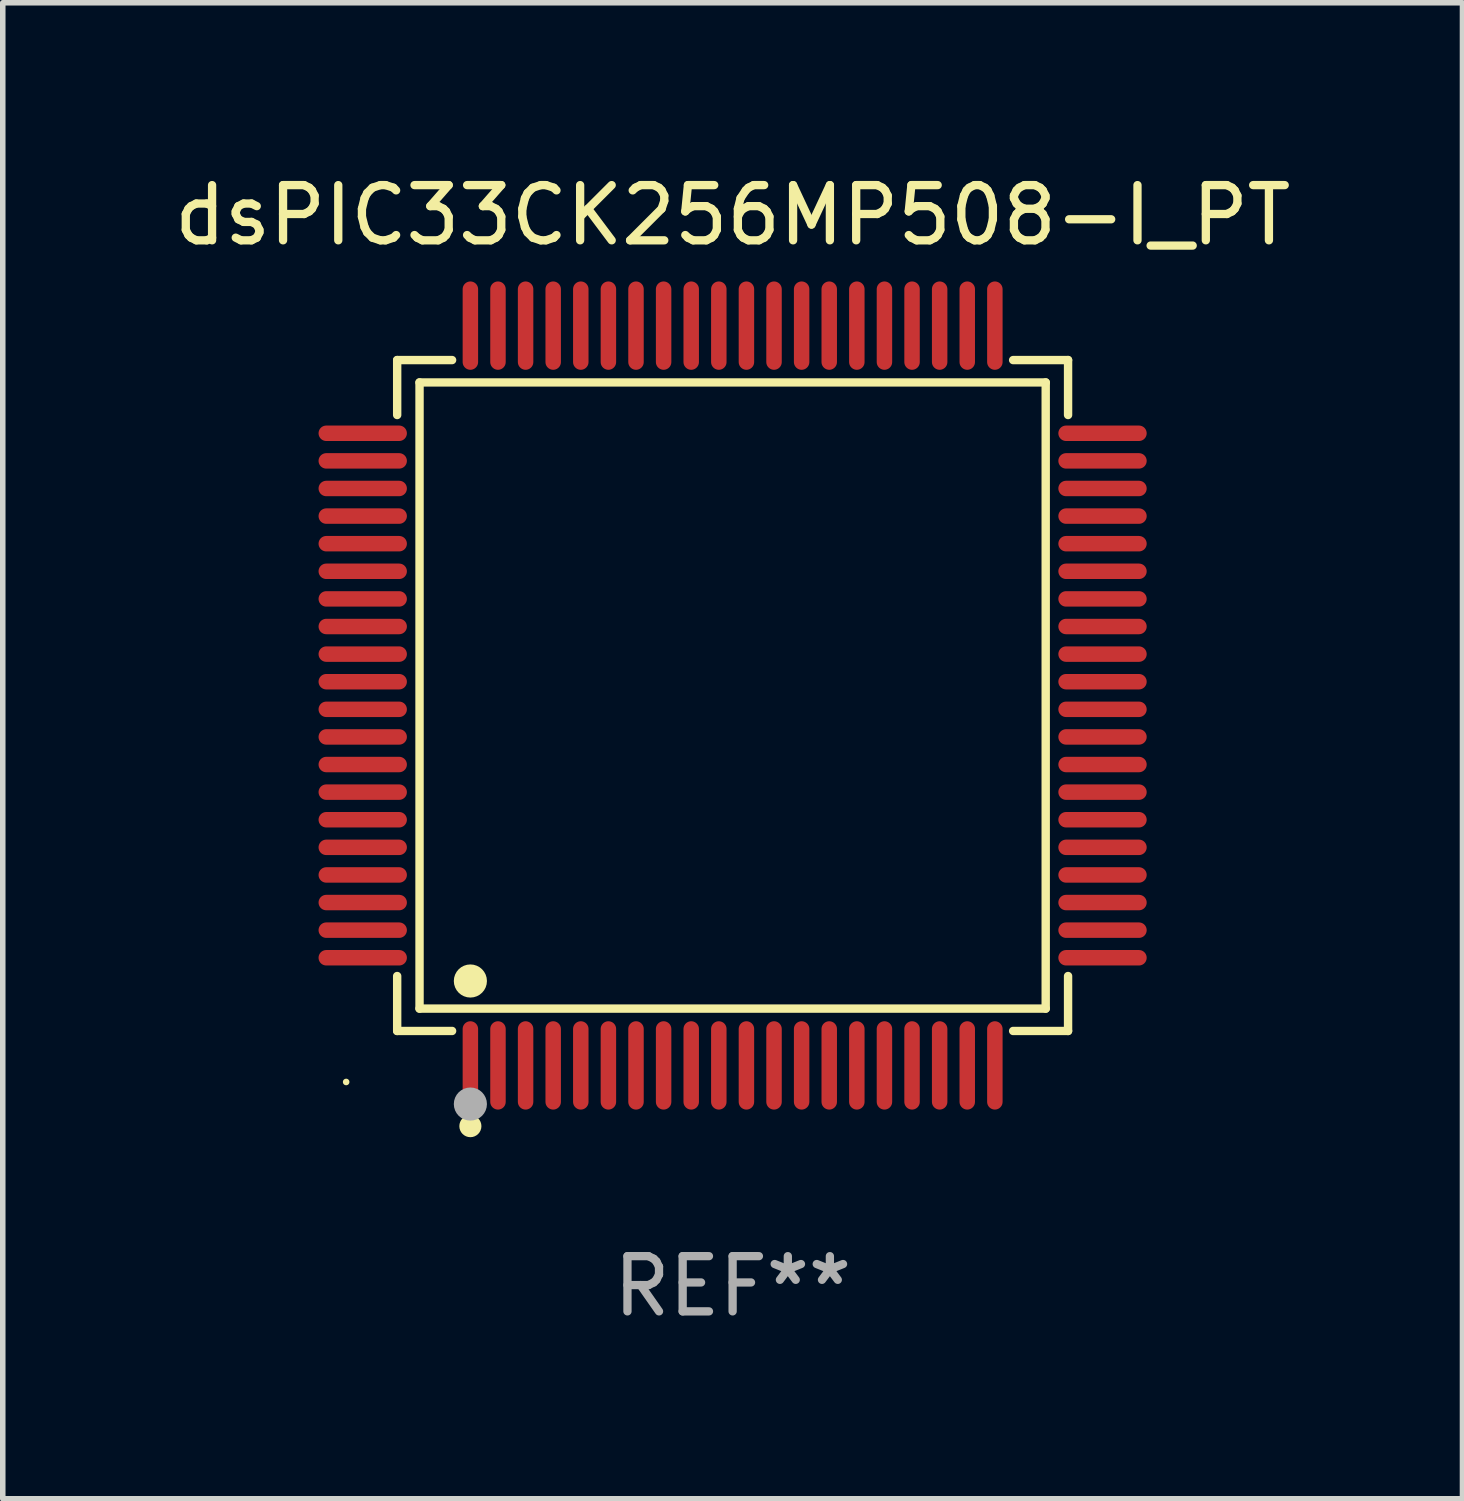
<source format=kicad_pcb>
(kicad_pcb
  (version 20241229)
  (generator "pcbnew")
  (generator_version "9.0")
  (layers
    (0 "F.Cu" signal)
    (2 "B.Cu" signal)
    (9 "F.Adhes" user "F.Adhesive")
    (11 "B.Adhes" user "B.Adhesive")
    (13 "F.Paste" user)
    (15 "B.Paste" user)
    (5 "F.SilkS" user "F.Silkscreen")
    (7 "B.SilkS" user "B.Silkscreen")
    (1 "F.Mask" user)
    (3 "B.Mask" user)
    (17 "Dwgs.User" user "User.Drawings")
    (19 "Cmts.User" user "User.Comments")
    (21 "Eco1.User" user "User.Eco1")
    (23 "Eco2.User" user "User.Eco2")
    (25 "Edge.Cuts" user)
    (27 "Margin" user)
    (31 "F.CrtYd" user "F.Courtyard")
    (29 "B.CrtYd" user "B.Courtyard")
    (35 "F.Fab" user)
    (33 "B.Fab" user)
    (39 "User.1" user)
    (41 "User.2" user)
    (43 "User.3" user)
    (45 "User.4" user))
  (footprint "dsPIC33CK256MP508-I_PT"
    (layer "F.Cu")
    (at 10.22 9.548)
    (property "Reference" "dsPIC33CK256MP508-I_PT" (at 0 -8.7 0) (layer "F.SilkS") (effects (font (size 1 1) (thickness 0.15))))
    (attr through_hole)
    (fp_line (start -6.076 -6.076) (end -5.081 -6.076) (stroke (width 0.152) (type solid)) (layer "F.SilkS"))
    (fp_line (start -6.076 -5.081) (end -6.076 -6.076) (stroke (width 0.152) (type solid)) (layer "F.SilkS"))
    (fp_line (start -6.076 5.081) (end -6.076 6.076) (stroke (width 0.152) (type solid)) (layer "F.SilkS"))
    (fp_line (start -6.076 6.076) (end -5.081 6.076) (stroke (width 0.152) (type solid)) (layer "F.SilkS"))
    (fp_line (start -5.671 -5.671) (end 5.671 -5.671) (stroke (width 0.152) (type solid)) (layer "F.SilkS"))
    (fp_line (start -5.671 5.671) (end -5.671 -5.671) (stroke (width 0.152) (type solid)) (layer "F.SilkS"))
    (fp_line (start 5.671 -5.671) (end 5.671 5.671) (stroke (width 0.152) (type solid)) (layer "F.SilkS"))
    (fp_line (start 5.671 5.671) (end -5.671 5.671) (stroke (width 0.152) (type solid)) (layer "F.SilkS"))
    (fp_line (start 6.076 -6.076) (end 5.081 -6.076) (stroke (width 0.152) (type solid)) (layer "F.SilkS"))
    (fp_line (start 6.076 -5.081) (end 6.076 -6.076) (stroke (width 0.152) (type solid)) (layer "F.SilkS"))
    (fp_line (start 6.076 5.081) (end 6.076 6.076) (stroke (width 0.152) (type solid)) (layer "F.SilkS"))
    (fp_line (start 6.076 6.076) (end 5.081 6.076) (stroke (width 0.152) (type solid)) (layer "F.SilkS"))
    (fp_circle (center -7 7) (end -6.97 7) (stroke (width 0.06) (type solid)) (fill no) (layer "F.SilkS"))
    (fp_circle (center -4.75 5.171) (end -4.6 5.171) (stroke (width 0.3) (type solid)) (fill no) (layer "F.SilkS"))
    (fp_circle (center -4.75 7.8) (end -4.65 7.8) (stroke (width 0.2) (type solid)) (fill no) (layer "F.SilkS"))
    (fp_circle (center -4.75 7.4) (end -4.6 7.4) (stroke (width 0.3) (type solid)) (fill no) (layer "F.Fab"))
    (fp_text user "REF**" (at 0 10.7 0) (layer "F.Fab") (effects (font (size 1 1) (thickness 0.15))))
    (pad "1" smd oval (at -4.75 6.7) (size 0.28 1.6) (layers "F.Cu" "F.Mask" "F.Paste"))
    (pad "2" smd oval (at -4.25 6.7) (size 0.28 1.6) (layers "F.Cu" "F.Mask" "F.Paste"))
    (pad "3" smd oval (at -3.75 6.7) (size 0.28 1.6) (layers "F.Cu" "F.Mask" "F.Paste"))
    (pad "4" smd oval (at -3.25 6.7) (size 0.28 1.6) (layers "F.Cu" "F.Mask" "F.Paste"))
    (pad "5" smd oval (at -2.75 6.7) (size 0.28 1.6) (layers "F.Cu" "F.Mask" "F.Paste"))
    (pad "6" smd oval (at -2.25 6.7) (size 0.28 1.6) (layers "F.Cu" "F.Mask" "F.Paste"))
    (pad "7" smd oval (at -1.75 6.7) (size 0.28 1.6) (layers "F.Cu" "F.Mask" "F.Paste"))
    (pad "8" smd oval (at -1.25 6.7) (size 0.28 1.6) (layers "F.Cu" "F.Mask" "F.Paste"))
    (pad "9" smd oval (at -0.75 6.7) (size 0.28 1.6) (layers "F.Cu" "F.Mask" "F.Paste"))
    (pad "10" smd oval (at -0.25 6.7) (size 0.28 1.6) (layers "F.Cu" "F.Mask" "F.Paste"))
    (pad "11" smd oval (at 0.25 6.7) (size 0.28 1.6) (layers "F.Cu" "F.Mask" "F.Paste"))
    (pad "12" smd oval (at 0.75 6.7) (size 0.28 1.6) (layers "F.Cu" "F.Mask" "F.Paste"))
    (pad "13" smd oval (at 1.25 6.7) (size 0.28 1.6) (layers "F.Cu" "F.Mask" "F.Paste"))
    (pad "14" smd oval (at 1.75 6.7) (size 0.28 1.6) (layers "F.Cu" "F.Mask" "F.Paste"))
    (pad "15" smd oval (at 2.25 6.7) (size 0.28 1.6) (layers "F.Cu" "F.Mask" "F.Paste"))
    (pad "16" smd oval (at 2.75 6.7) (size 0.28 1.6) (layers "F.Cu" "F.Mask" "F.Paste"))
    (pad "17" smd oval (at 3.25 6.7) (size 0.28 1.6) (layers "F.Cu" "F.Mask" "F.Paste"))
    (pad "18" smd oval (at 3.75 6.7) (size 0.28 1.6) (layers "F.Cu" "F.Mask" "F.Paste"))
    (pad "19" smd oval (at 4.25 6.7) (size 0.28 1.6) (layers "F.Cu" "F.Mask" "F.Paste"))
    (pad "20" smd oval (at 4.75 6.7) (size 0.28 1.6) (layers "F.Cu" "F.Mask" "F.Paste"))
    (pad "21" smd oval (at 6.7 4.75) (size 1.6 0.28) (layers "F.Cu" "F.Mask" "F.Paste"))
    (pad "22" smd oval (at 6.7 4.25) (size 1.6 0.28) (layers "F.Cu" "F.Mask" "F.Paste"))
    (pad "23" smd oval (at 6.7 3.75) (size 1.6 0.28) (layers "F.Cu" "F.Mask" "F.Paste"))
    (pad "24" smd oval (at 6.7 3.25) (size 1.6 0.28) (layers "F.Cu" "F.Mask" "F.Paste"))
    (pad "25" smd oval (at 6.7 2.75) (size 1.6 0.28) (layers "F.Cu" "F.Mask" "F.Paste"))
    (pad "26" smd oval (at 6.7 2.25) (size 1.6 0.28) (layers "F.Cu" "F.Mask" "F.Paste"))
    (pad "27" smd oval (at 6.7 1.75) (size 1.6 0.28) (layers "F.Cu" "F.Mask" "F.Paste"))
    (pad "28" smd oval (at 6.7 1.25) (size 1.6 0.28) (layers "F.Cu" "F.Mask" "F.Paste"))
    (pad "29" smd oval (at 6.7 0.75) (size 1.6 0.28) (layers "F.Cu" "F.Mask" "F.Paste"))
    (pad "30" smd oval (at 6.7 0.25) (size 1.6 0.28) (layers "F.Cu" "F.Mask" "F.Paste"))
    (pad "31" smd oval (at 6.7 -0.25) (size 1.6 0.28) (layers "F.Cu" "F.Mask" "F.Paste"))
    (pad "32" smd oval (at 6.7 -0.75) (size 1.6 0.28) (layers "F.Cu" "F.Mask" "F.Paste"))
    (pad "33" smd oval (at 6.7 -1.25) (size 1.6 0.28) (layers "F.Cu" "F.Mask" "F.Paste"))
    (pad "34" smd oval (at 6.7 -1.75) (size 1.6 0.28) (layers "F.Cu" "F.Mask" "F.Paste"))
    (pad "35" smd oval (at 6.7 -2.25) (size 1.6 0.28) (layers "F.Cu" "F.Mask" "F.Paste"))
    (pad "36" smd oval (at 6.7 -2.75) (size 1.6 0.28) (layers "F.Cu" "F.Mask" "F.Paste"))
    (pad "37" smd oval (at 6.7 -3.25) (size 1.6 0.28) (layers "F.Cu" "F.Mask" "F.Paste"))
    (pad "38" smd oval (at 6.7 -3.75) (size 1.6 0.28) (layers "F.Cu" "F.Mask" "F.Paste"))
    (pad "39" smd oval (at 6.7 -4.25) (size 1.6 0.28) (layers "F.Cu" "F.Mask" "F.Paste"))
    (pad "40" smd oval (at 6.7 -4.75) (size 1.6 0.28) (layers "F.Cu" "F.Mask" "F.Paste"))
    (pad "41" smd oval (at 4.75 -6.7) (size 0.28 1.6) (layers "F.Cu" "F.Mask" "F.Paste"))
    (pad "42" smd oval (at 4.25 -6.7) (size 0.28 1.6) (layers "F.Cu" "F.Mask" "F.Paste"))
    (pad "43" smd oval (at 3.75 -6.7) (size 0.28 1.6) (layers "F.Cu" "F.Mask" "F.Paste"))
    (pad "44" smd oval (at 3.25 -6.7) (size 0.28 1.6) (layers "F.Cu" "F.Mask" "F.Paste"))
    (pad "45" smd oval (at 2.75 -6.7) (size 0.28 1.6) (layers "F.Cu" "F.Mask" "F.Paste"))
    (pad "46" smd oval (at 2.25 -6.7) (size 0.28 1.6) (layers "F.Cu" "F.Mask" "F.Paste"))
    (pad "47" smd oval (at 1.75 -6.7) (size 0.28 1.6) (layers "F.Cu" "F.Mask" "F.Paste"))
    (pad "48" smd oval (at 1.25 -6.7) (size 0.28 1.6) (layers "F.Cu" "F.Mask" "F.Paste"))
    (pad "49" smd oval (at 0.75 -6.7) (size 0.28 1.6) (layers "F.Cu" "F.Mask" "F.Paste"))
    (pad "50" smd oval (at 0.25 -6.7) (size 0.28 1.6) (layers "F.Cu" "F.Mask" "F.Paste"))
    (pad "51" smd oval (at -0.25 -6.7) (size 0.28 1.6) (layers "F.Cu" "F.Mask" "F.Paste"))
    (pad "52" smd oval (at -0.75 -6.7) (size 0.28 1.6) (layers "F.Cu" "F.Mask" "F.Paste"))
    (pad "53" smd oval (at -1.25 -6.7) (size 0.28 1.6) (layers "F.Cu" "F.Mask" "F.Paste"))
    (pad "54" smd oval (at -1.75 -6.7) (size 0.28 1.6) (layers "F.Cu" "F.Mask" "F.Paste"))
    (pad "55" smd oval (at -2.25 -6.7) (size 0.28 1.6) (layers "F.Cu" "F.Mask" "F.Paste"))
    (pad "56" smd oval (at -2.75 -6.7) (size 0.28 1.6) (layers "F.Cu" "F.Mask" "F.Paste"))
    (pad "57" smd oval (at -3.25 -6.7) (size 0.28 1.6) (layers "F.Cu" "F.Mask" "F.Paste"))
    (pad "58" smd oval (at -3.75 -6.7) (size 0.28 1.6) (layers "F.Cu" "F.Mask" "F.Paste"))
    (pad "59" smd oval (at -4.25 -6.7) (size 0.28 1.6) (layers "F.Cu" "F.Mask" "F.Paste"))
    (pad "60" smd oval (at -4.75 -6.7) (size 0.28 1.6) (layers "F.Cu" "F.Mask" "F.Paste"))
    (pad "61" smd oval (at -6.7 -4.75) (size 1.6 0.28) (layers "F.Cu" "F.Mask" "F.Paste"))
    (pad "62" smd oval (at -6.7 -4.25) (size 1.6 0.28) (layers "F.Cu" "F.Mask" "F.Paste"))
    (pad "63" smd oval (at -6.7 -3.75) (size 1.6 0.28) (layers "F.Cu" "F.Mask" "F.Paste"))
    (pad "64" smd oval (at -6.7 -3.25) (size 1.6 0.28) (layers "F.Cu" "F.Mask" "F.Paste"))
    (pad "65" smd oval (at -6.7 -2.75) (size 1.6 0.28) (layers "F.Cu" "F.Mask" "F.Paste"))
    (pad "66" smd oval (at -6.7 -2.25) (size 1.6 0.28) (layers "F.Cu" "F.Mask" "F.Paste"))
    (pad "67" smd oval (at -6.7 -1.75) (size 1.6 0.28) (layers "F.Cu" "F.Mask" "F.Paste"))
    (pad "68" smd oval (at -6.7 -1.25) (size 1.6 0.28) (layers "F.Cu" "F.Mask" "F.Paste"))
    (pad "69" smd oval (at -6.7 -0.75) (size 1.6 0.28) (layers "F.Cu" "F.Mask" "F.Paste"))
    (pad "70" smd oval (at -6.7 -0.25) (size 1.6 0.28) (layers "F.Cu" "F.Mask" "F.Paste"))
    (pad "71" smd oval (at -6.7 0.25) (size 1.6 0.28) (layers "F.Cu" "F.Mask" "F.Paste"))
    (pad "72" smd oval (at -6.7 0.75) (size 1.6 0.28) (layers "F.Cu" "F.Mask" "F.Paste"))
    (pad "73" smd oval (at -6.7 1.25) (size 1.6 0.28) (layers "F.Cu" "F.Mask" "F.Paste"))
    (pad "74" smd oval (at -6.7 1.75) (size 1.6 0.28) (layers "F.Cu" "F.Mask" "F.Paste"))
    (pad "75" smd oval (at -6.7 2.25) (size 1.6 0.28) (layers "F.Cu" "F.Mask" "F.Paste"))
    (pad "76" smd oval (at -6.7 2.75) (size 1.6 0.28) (layers "F.Cu" "F.Mask" "F.Paste"))
    (pad "77" smd oval (at -6.7 3.25) (size 1.6 0.28) (layers "F.Cu" "F.Mask" "F.Paste"))
    (pad "78" smd oval (at -6.7 3.75) (size 1.6 0.28) (layers "F.Cu" "F.Mask" "F.Paste"))
    (pad "79" smd oval (at -6.7 4.25) (size 1.6 0.28) (layers "F.Cu" "F.Mask" "F.Paste"))
    (pad "80" smd oval (at -6.7 4.75) (size 1.6 0.28) (layers "F.Cu" "F.Mask" "F.Paste")))
  (gr_rect
    (start -3 -3)
    (end 23.44 24.097)
    (stroke (width 0.1) (type default))
    (fill no)
    (layer "Edge.Cuts")))
</source>
